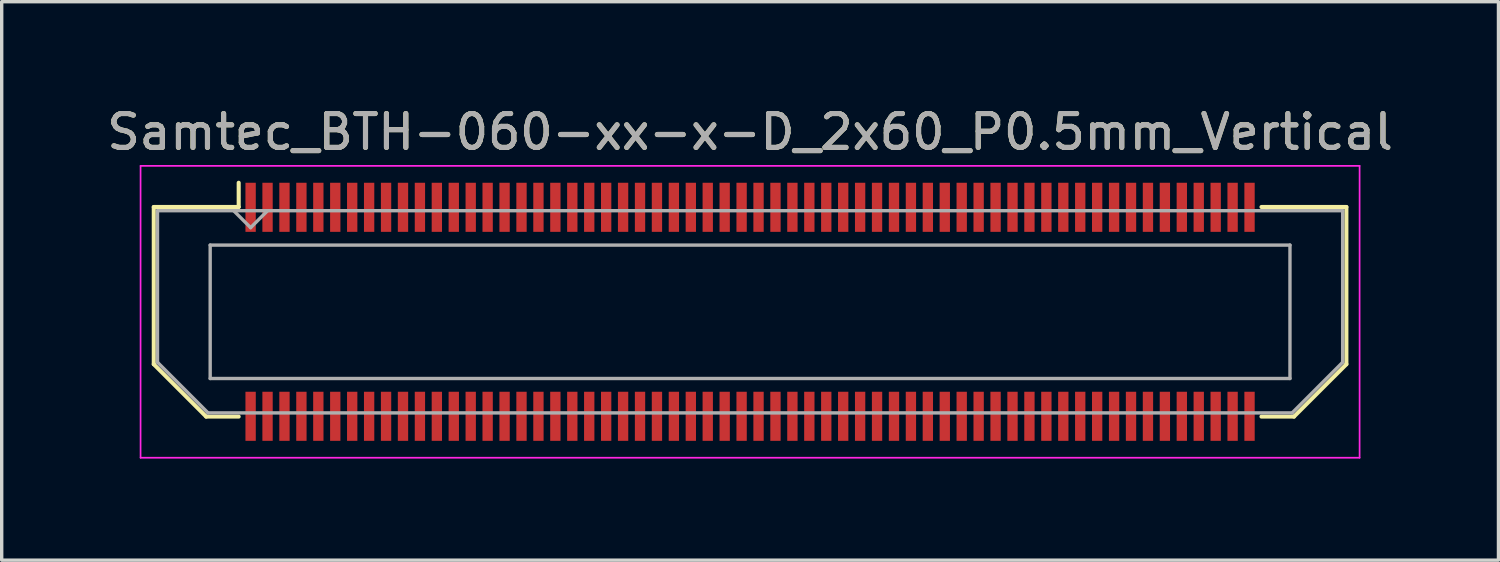
<source format=kicad_pcb>
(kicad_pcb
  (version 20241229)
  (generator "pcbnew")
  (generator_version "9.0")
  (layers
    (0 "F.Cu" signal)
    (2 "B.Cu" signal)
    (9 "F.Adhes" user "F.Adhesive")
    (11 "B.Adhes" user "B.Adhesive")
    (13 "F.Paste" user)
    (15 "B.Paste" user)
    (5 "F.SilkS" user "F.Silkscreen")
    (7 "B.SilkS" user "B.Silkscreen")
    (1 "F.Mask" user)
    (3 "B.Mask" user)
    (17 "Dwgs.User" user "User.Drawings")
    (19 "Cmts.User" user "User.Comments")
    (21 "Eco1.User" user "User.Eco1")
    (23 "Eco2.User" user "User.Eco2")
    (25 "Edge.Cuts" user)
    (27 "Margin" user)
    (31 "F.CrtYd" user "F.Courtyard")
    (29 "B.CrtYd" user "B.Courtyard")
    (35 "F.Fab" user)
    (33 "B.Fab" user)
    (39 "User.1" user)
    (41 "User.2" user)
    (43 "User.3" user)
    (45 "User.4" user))
  (footprint "Samtec_BTH-060-xx-x-D_2x60_P0.5mm_Vertical"
    (layer "F.Cu")
    (at 19.101 6.158)
    (property "Reference" "Samtec_BTH-060-xx-x-D_2x60_P0.5mm_Vertical" (at 0 -5.31 0) (layer "F.SilkS") (effects (font (size 1 1) (thickness 0.15))))
    (attr smd)
    (fp_line (start -17.61 -3.095) (end -17.61 1.548) (stroke (width 0.12) (type solid)) (layer "F.SilkS"))
    (fp_line (start -17.61 1.548) (end -16.062 3.095) (stroke (width 0.12) (type solid)) (layer "F.SilkS"))
    (fp_line (start -16.062 3.095) (end -15.102 3.095) (stroke (width 0.12) (type solid)) (layer "F.SilkS"))
    (fp_line (start -15.102 -3.811) (end -15.102 -3.095) (stroke (width 0.12) (type solid)) (layer "F.SilkS"))
    (fp_line (start -15.102 -3.095) (end -17.61 -3.095) (stroke (width 0.12) (type solid)) (layer "F.SilkS"))
    (fp_line (start 15.102 -3.095) (end 17.61 -3.095) (stroke (width 0.12) (type solid)) (layer "F.SilkS"))
    (fp_line (start 16.062 3.095) (end 15.102 3.095) (stroke (width 0.12) (type solid)) (layer "F.SilkS"))
    (fp_line (start 17.61 -3.095) (end 17.61 1.548) (stroke (width 0.12) (type solid)) (layer "F.SilkS"))
    (fp_line (start 17.61 1.548) (end 16.062 3.095) (stroke (width 0.12) (type solid)) (layer "F.SilkS"))
    (fp_line (start -18 -4.31) (end -18 4.31) (stroke (width 0.05) (type solid)) (layer "F.CrtYd"))
    (fp_line (start -18 4.31) (end 18 4.31) (stroke (width 0.05) (type solid)) (layer "F.CrtYd"))
    (fp_line (start 18 -4.31) (end -18 -4.31) (stroke (width 0.05) (type solid)) (layer "F.CrtYd"))
    (fp_line (start 18 4.31) (end 18 -4.31) (stroke (width 0.05) (type solid)) (layer "F.CrtYd"))
    (fp_line (start -17.5 -2.985) (end -17.5 1.492) (stroke (width 0.1) (type solid)) (layer "F.Fab"))
    (fp_line (start -17.5 -2.985) (end 17.5 -2.985) (stroke (width 0.1) (type solid)) (layer "F.Fab"))
    (fp_line (start -17.5 1.492) (end -16.008 2.985) (stroke (width 0.1) (type solid)) (layer "F.Fab"))
    (fp_line (start -16.008 2.985) (end 16.008 2.985) (stroke (width 0.1) (type solid)) (layer "F.Fab"))
    (fp_line (start -15.944 -1.97) (end -15.944 1.97) (stroke (width 0.1) (type solid)) (layer "F.Fab"))
    (fp_line (start -15.944 1.97) (end 15.944 1.97) (stroke (width 0.1) (type solid)) (layer "F.Fab"))
    (fp_line (start -14.75 -2.485) (end -15.25 -2.985) (stroke (width 0.1) (type solid)) (layer "F.Fab"))
    (fp_line (start -14.25 -2.985) (end -14.75 -2.485) (stroke (width 0.1) (type solid)) (layer "F.Fab"))
    (fp_line (start 15.944 -1.97) (end -15.944 -1.97) (stroke (width 0.1) (type solid)) (layer "F.Fab"))
    (fp_line (start 15.944 1.97) (end 15.944 -1.97) (stroke (width 0.1) (type solid)) (layer "F.Fab"))
    (fp_line (start 17.5 -2.985) (end 17.5 1.492) (stroke (width 0.1) (type solid)) (layer "F.Fab"))
    (fp_line (start 17.5 1.492) (end 16.008 2.985) (stroke (width 0.1) (type solid)) (layer "F.Fab"))
    (fp_text user "${REFERENCE}" (at 0 -5.31 0) (layer "F.Fab") (effects (font (size 1 1) (thickness 0.15))))
    (pad "1" smd rect (at -14.75 -3.086) (size 0.305 1.45) (layers "F.Cu" "F.Mask" "F.Paste"))
    (pad "2" smd rect (at -14.75 3.086) (size 0.305 1.45) (layers "F.Cu" "F.Mask" "F.Paste"))
    (pad "3" smd rect (at -14.25 -3.086) (size 0.305 1.45) (layers "F.Cu" "F.Mask" "F.Paste"))
    (pad "4" smd rect (at -14.25 3.086) (size 0.305 1.45) (layers "F.Cu" "F.Mask" "F.Paste"))
    (pad "5" smd rect (at -13.75 -3.086) (size 0.305 1.45) (layers "F.Cu" "F.Mask" "F.Paste"))
    (pad "6" smd rect (at -13.75 3.086) (size 0.305 1.45) (layers "F.Cu" "F.Mask" "F.Paste"))
    (pad "7" smd rect (at -13.25 -3.086) (size 0.305 1.45) (layers "F.Cu" "F.Mask" "F.Paste"))
    (pad "8" smd rect (at -13.25 3.086) (size 0.305 1.45) (layers "F.Cu" "F.Mask" "F.Paste"))
    (pad "9" smd rect (at -12.75 -3.086) (size 0.305 1.45) (layers "F.Cu" "F.Mask" "F.Paste"))
    (pad "10" smd rect (at -12.75 3.086) (size 0.305 1.45) (layers "F.Cu" "F.Mask" "F.Paste"))
    (pad "11" smd rect (at -12.25 -3.086) (size 0.305 1.45) (layers "F.Cu" "F.Mask" "F.Paste"))
    (pad "12" smd rect (at -12.25 3.086) (size 0.305 1.45) (layers "F.Cu" "F.Mask" "F.Paste"))
    (pad "13" smd rect (at -11.75 -3.086) (size 0.305 1.45) (layers "F.Cu" "F.Mask" "F.Paste"))
    (pad "14" smd rect (at -11.75 3.086) (size 0.305 1.45) (layers "F.Cu" "F.Mask" "F.Paste"))
    (pad "15" smd rect (at -11.25 -3.086) (size 0.305 1.45) (layers "F.Cu" "F.Mask" "F.Paste"))
    (pad "16" smd rect (at -11.25 3.086) (size 0.305 1.45) (layers "F.Cu" "F.Mask" "F.Paste"))
    (pad "17" smd rect (at -10.75 -3.086) (size 0.305 1.45) (layers "F.Cu" "F.Mask" "F.Paste"))
    (pad "18" smd rect (at -10.75 3.086) (size 0.305 1.45) (layers "F.Cu" "F.Mask" "F.Paste"))
    (pad "19" smd rect (at -10.25 -3.086) (size 0.305 1.45) (layers "F.Cu" "F.Mask" "F.Paste"))
    (pad "20" smd rect (at -10.25 3.086) (size 0.305 1.45) (layers "F.Cu" "F.Mask" "F.Paste"))
    (pad "21" smd rect (at -9.75 -3.086) (size 0.305 1.45) (layers "F.Cu" "F.Mask" "F.Paste"))
    (pad "22" smd rect (at -9.75 3.086) (size 0.305 1.45) (layers "F.Cu" "F.Mask" "F.Paste"))
    (pad "23" smd rect (at -9.25 -3.086) (size 0.305 1.45) (layers "F.Cu" "F.Mask" "F.Paste"))
    (pad "24" smd rect (at -9.25 3.086) (size 0.305 1.45) (layers "F.Cu" "F.Mask" "F.Paste"))
    (pad "25" smd rect (at -8.75 -3.086) (size 0.305 1.45) (layers "F.Cu" "F.Mask" "F.Paste"))
    (pad "26" smd rect (at -8.75 3.086) (size 0.305 1.45) (layers "F.Cu" "F.Mask" "F.Paste"))
    (pad "27" smd rect (at -8.25 -3.086) (size 0.305 1.45) (layers "F.Cu" "F.Mask" "F.Paste"))
    (pad "28" smd rect (at -8.25 3.086) (size 0.305 1.45) (layers "F.Cu" "F.Mask" "F.Paste"))
    (pad "29" smd rect (at -7.75 -3.086) (size 0.305 1.45) (layers "F.Cu" "F.Mask" "F.Paste"))
    (pad "30" smd rect (at -7.75 3.086) (size 0.305 1.45) (layers "F.Cu" "F.Mask" "F.Paste"))
    (pad "31" smd rect (at -7.25 -3.086) (size 0.305 1.45) (layers "F.Cu" "F.Mask" "F.Paste"))
    (pad "32" smd rect (at -7.25 3.086) (size 0.305 1.45) (layers "F.Cu" "F.Mask" "F.Paste"))
    (pad "33" smd rect (at -6.75 -3.086) (size 0.305 1.45) (layers "F.Cu" "F.Mask" "F.Paste"))
    (pad "34" smd rect (at -6.75 3.086) (size 0.305 1.45) (layers "F.Cu" "F.Mask" "F.Paste"))
    (pad "35" smd rect (at -6.25 -3.086) (size 0.305 1.45) (layers "F.Cu" "F.Mask" "F.Paste"))
    (pad "36" smd rect (at -6.25 3.086) (size 0.305 1.45) (layers "F.Cu" "F.Mask" "F.Paste"))
    (pad "37" smd rect (at -5.75 -3.086) (size 0.305 1.45) (layers "F.Cu" "F.Mask" "F.Paste"))
    (pad "38" smd rect (at -5.75 3.086) (size 0.305 1.45) (layers "F.Cu" "F.Mask" "F.Paste"))
    (pad "39" smd rect (at -5.25 -3.086) (size 0.305 1.45) (layers "F.Cu" "F.Mask" "F.Paste"))
    (pad "40" smd rect (at -5.25 3.086) (size 0.305 1.45) (layers "F.Cu" "F.Mask" "F.Paste"))
    (pad "41" smd rect (at -4.75 -3.086) (size 0.305 1.45) (layers "F.Cu" "F.Mask" "F.Paste"))
    (pad "42" smd rect (at -4.75 3.086) (size 0.305 1.45) (layers "F.Cu" "F.Mask" "F.Paste"))
    (pad "43" smd rect (at -4.25 -3.086) (size 0.305 1.45) (layers "F.Cu" "F.Mask" "F.Paste"))
    (pad "44" smd rect (at -4.25 3.086) (size 0.305 1.45) (layers "F.Cu" "F.Mask" "F.Paste"))
    (pad "45" smd rect (at -3.75 -3.086) (size 0.305 1.45) (layers "F.Cu" "F.Mask" "F.Paste"))
    (pad "46" smd rect (at -3.75 3.086) (size 0.305 1.45) (layers "F.Cu" "F.Mask" "F.Paste"))
    (pad "47" smd rect (at -3.25 -3.086) (size 0.305 1.45) (layers "F.Cu" "F.Mask" "F.Paste"))
    (pad "48" smd rect (at -3.25 3.086) (size 0.305 1.45) (layers "F.Cu" "F.Mask" "F.Paste"))
    (pad "49" smd rect (at -2.75 -3.086) (size 0.305 1.45) (layers "F.Cu" "F.Mask" "F.Paste"))
    (pad "50" smd rect (at -2.75 3.086) (size 0.305 1.45) (layers "F.Cu" "F.Mask" "F.Paste"))
    (pad "51" smd rect (at -2.25 -3.086) (size 0.305 1.45) (layers "F.Cu" "F.Mask" "F.Paste"))
    (pad "52" smd rect (at -2.25 3.086) (size 0.305 1.45) (layers "F.Cu" "F.Mask" "F.Paste"))
    (pad "53" smd rect (at -1.75 -3.086) (size 0.305 1.45) (layers "F.Cu" "F.Mask" "F.Paste"))
    (pad "54" smd rect (at -1.75 3.086) (size 0.305 1.45) (layers "F.Cu" "F.Mask" "F.Paste"))
    (pad "55" smd rect (at -1.25 -3.086) (size 0.305 1.45) (layers "F.Cu" "F.Mask" "F.Paste"))
    (pad "56" smd rect (at -1.25 3.086) (size 0.305 1.45) (layers "F.Cu" "F.Mask" "F.Paste"))
    (pad "57" smd rect (at -0.75 -3.086) (size 0.305 1.45) (layers "F.Cu" "F.Mask" "F.Paste"))
    (pad "58" smd rect (at -0.75 3.086) (size 0.305 1.45) (layers "F.Cu" "F.Mask" "F.Paste"))
    (pad "59" smd rect (at -0.25 -3.086) (size 0.305 1.45) (layers "F.Cu" "F.Mask" "F.Paste"))
    (pad "60" smd rect (at -0.25 3.086) (size 0.305 1.45) (layers "F.Cu" "F.Mask" "F.Paste"))
    (pad "61" smd rect (at 0.25 -3.086) (size 0.305 1.45) (layers "F.Cu" "F.Mask" "F.Paste"))
    (pad "62" smd rect (at 0.25 3.086) (size 0.305 1.45) (layers "F.Cu" "F.Mask" "F.Paste"))
    (pad "63" smd rect (at 0.75 -3.086) (size 0.305 1.45) (layers "F.Cu" "F.Mask" "F.Paste"))
    (pad "64" smd rect (at 0.75 3.086) (size 0.305 1.45) (layers "F.Cu" "F.Mask" "F.Paste"))
    (pad "65" smd rect (at 1.25 -3.086) (size 0.305 1.45) (layers "F.Cu" "F.Mask" "F.Paste"))
    (pad "66" smd rect (at 1.25 3.086) (size 0.305 1.45) (layers "F.Cu" "F.Mask" "F.Paste"))
    (pad "67" smd rect (at 1.75 -3.086) (size 0.305 1.45) (layers "F.Cu" "F.Mask" "F.Paste"))
    (pad "68" smd rect (at 1.75 3.086) (size 0.305 1.45) (layers "F.Cu" "F.Mask" "F.Paste"))
    (pad "69" smd rect (at 2.25 -3.086) (size 0.305 1.45) (layers "F.Cu" "F.Mask" "F.Paste"))
    (pad "70" smd rect (at 2.25 3.086) (size 0.305 1.45) (layers "F.Cu" "F.Mask" "F.Paste"))
    (pad "71" smd rect (at 2.75 -3.086) (size 0.305 1.45) (layers "F.Cu" "F.Mask" "F.Paste"))
    (pad "72" smd rect (at 2.75 3.086) (size 0.305 1.45) (layers "F.Cu" "F.Mask" "F.Paste"))
    (pad "73" smd rect (at 3.25 -3.086) (size 0.305 1.45) (layers "F.Cu" "F.Mask" "F.Paste"))
    (pad "74" smd rect (at 3.25 3.086) (size 0.305 1.45) (layers "F.Cu" "F.Mask" "F.Paste"))
    (pad "75" smd rect (at 3.75 -3.086) (size 0.305 1.45) (layers "F.Cu" "F.Mask" "F.Paste"))
    (pad "76" smd rect (at 3.75 3.086) (size 0.305 1.45) (layers "F.Cu" "F.Mask" "F.Paste"))
    (pad "77" smd rect (at 4.25 -3.086) (size 0.305 1.45) (layers "F.Cu" "F.Mask" "F.Paste"))
    (pad "78" smd rect (at 4.25 3.086) (size 0.305 1.45) (layers "F.Cu" "F.Mask" "F.Paste"))
    (pad "79" smd rect (at 4.75 -3.086) (size 0.305 1.45) (layers "F.Cu" "F.Mask" "F.Paste"))
    (pad "80" smd rect (at 4.75 3.086) (size 0.305 1.45) (layers "F.Cu" "F.Mask" "F.Paste"))
    (pad "81" smd rect (at 5.25 -3.086) (size 0.305 1.45) (layers "F.Cu" "F.Mask" "F.Paste"))
    (pad "82" smd rect (at 5.25 3.086) (size 0.305 1.45) (layers "F.Cu" "F.Mask" "F.Paste"))
    (pad "83" smd rect (at 5.75 -3.086) (size 0.305 1.45) (layers "F.Cu" "F.Mask" "F.Paste"))
    (pad "84" smd rect (at 5.75 3.086) (size 0.305 1.45) (layers "F.Cu" "F.Mask" "F.Paste"))
    (pad "85" smd rect (at 6.25 -3.086) (size 0.305 1.45) (layers "F.Cu" "F.Mask" "F.Paste"))
    (pad "86" smd rect (at 6.25 3.086) (size 0.305 1.45) (layers "F.Cu" "F.Mask" "F.Paste"))
    (pad "87" smd rect (at 6.75 -3.086) (size 0.305 1.45) (layers "F.Cu" "F.Mask" "F.Paste"))
    (pad "88" smd rect (at 6.75 3.086) (size 0.305 1.45) (layers "F.Cu" "F.Mask" "F.Paste"))
    (pad "89" smd rect (at 7.25 -3.086) (size 0.305 1.45) (layers "F.Cu" "F.Mask" "F.Paste"))
    (pad "90" smd rect (at 7.25 3.086) (size 0.305 1.45) (layers "F.Cu" "F.Mask" "F.Paste"))
    (pad "91" smd rect (at 7.75 -3.086) (size 0.305 1.45) (layers "F.Cu" "F.Mask" "F.Paste"))
    (pad "92" smd rect (at 7.75 3.086) (size 0.305 1.45) (layers "F.Cu" "F.Mask" "F.Paste"))
    (pad "93" smd rect (at 8.25 -3.086) (size 0.305 1.45) (layers "F.Cu" "F.Mask" "F.Paste"))
    (pad "94" smd rect (at 8.25 3.086) (size 0.305 1.45) (layers "F.Cu" "F.Mask" "F.Paste"))
    (pad "95" smd rect (at 8.75 -3.086) (size 0.305 1.45) (layers "F.Cu" "F.Mask" "F.Paste"))
    (pad "96" smd rect (at 8.75 3.086) (size 0.305 1.45) (layers "F.Cu" "F.Mask" "F.Paste"))
    (pad "97" smd rect (at 9.25 -3.086) (size 0.305 1.45) (layers "F.Cu" "F.Mask" "F.Paste"))
    (pad "98" smd rect (at 9.25 3.086) (size 0.305 1.45) (layers "F.Cu" "F.Mask" "F.Paste"))
    (pad "99" smd rect (at 9.75 -3.086) (size 0.305 1.45) (layers "F.Cu" "F.Mask" "F.Paste"))
    (pad "100" smd rect (at 9.75 3.086) (size 0.305 1.45) (layers "F.Cu" "F.Mask" "F.Paste"))
    (pad "101" smd rect (at 10.25 -3.086) (size 0.305 1.45) (layers "F.Cu" "F.Mask" "F.Paste"))
    (pad "102" smd rect (at 10.25 3.086) (size 0.305 1.45) (layers "F.Cu" "F.Mask" "F.Paste"))
    (pad "103" smd rect (at 10.75 -3.086) (size 0.305 1.45) (layers "F.Cu" "F.Mask" "F.Paste"))
    (pad "104" smd rect (at 10.75 3.086) (size 0.305 1.45) (layers "F.Cu" "F.Mask" "F.Paste"))
    (pad "105" smd rect (at 11.25 -3.086) (size 0.305 1.45) (layers "F.Cu" "F.Mask" "F.Paste"))
    (pad "106" smd rect (at 11.25 3.086) (size 0.305 1.45) (layers "F.Cu" "F.Mask" "F.Paste"))
    (pad "107" smd rect (at 11.75 -3.086) (size 0.305 1.45) (layers "F.Cu" "F.Mask" "F.Paste"))
    (pad "108" smd rect (at 11.75 3.086) (size 0.305 1.45) (layers "F.Cu" "F.Mask" "F.Paste"))
    (pad "109" smd rect (at 12.25 -3.086) (size 0.305 1.45) (layers "F.Cu" "F.Mask" "F.Paste"))
    (pad "110" smd rect (at 12.25 3.086) (size 0.305 1.45) (layers "F.Cu" "F.Mask" "F.Paste"))
    (pad "111" smd rect (at 12.75 -3.086) (size 0.305 1.45) (layers "F.Cu" "F.Mask" "F.Paste"))
    (pad "112" smd rect (at 12.75 3.086) (size 0.305 1.45) (layers "F.Cu" "F.Mask" "F.Paste"))
    (pad "113" smd rect (at 13.25 -3.086) (size 0.305 1.45) (layers "F.Cu" "F.Mask" "F.Paste"))
    (pad "114" smd rect (at 13.25 3.086) (size 0.305 1.45) (layers "F.Cu" "F.Mask" "F.Paste"))
    (pad "115" smd rect (at 13.75 -3.086) (size 0.305 1.45) (layers "F.Cu" "F.Mask" "F.Paste"))
    (pad "116" smd rect (at 13.75 3.086) (size 0.305 1.45) (layers "F.Cu" "F.Mask" "F.Paste"))
    (pad "117" smd rect (at 14.25 -3.086) (size 0.305 1.45) (layers "F.Cu" "F.Mask" "F.Paste"))
    (pad "118" smd rect (at 14.25 3.086) (size 0.305 1.45) (layers "F.Cu" "F.Mask" "F.Paste"))
    (pad "119" smd rect (at 14.75 -3.086) (size 0.305 1.45) (layers "F.Cu" "F.Mask" "F.Paste"))
    (pad "120" smd rect (at 14.75 3.086) (size 0.305 1.45) (layers "F.Cu" "F.Mask" "F.Paste")))
  (gr_rect
    (start -3 -3)
    (end 41.202 13.493)
    (stroke (width 0.1) (type default))
    (fill no)
    (layer "Edge.Cuts")))
</source>
